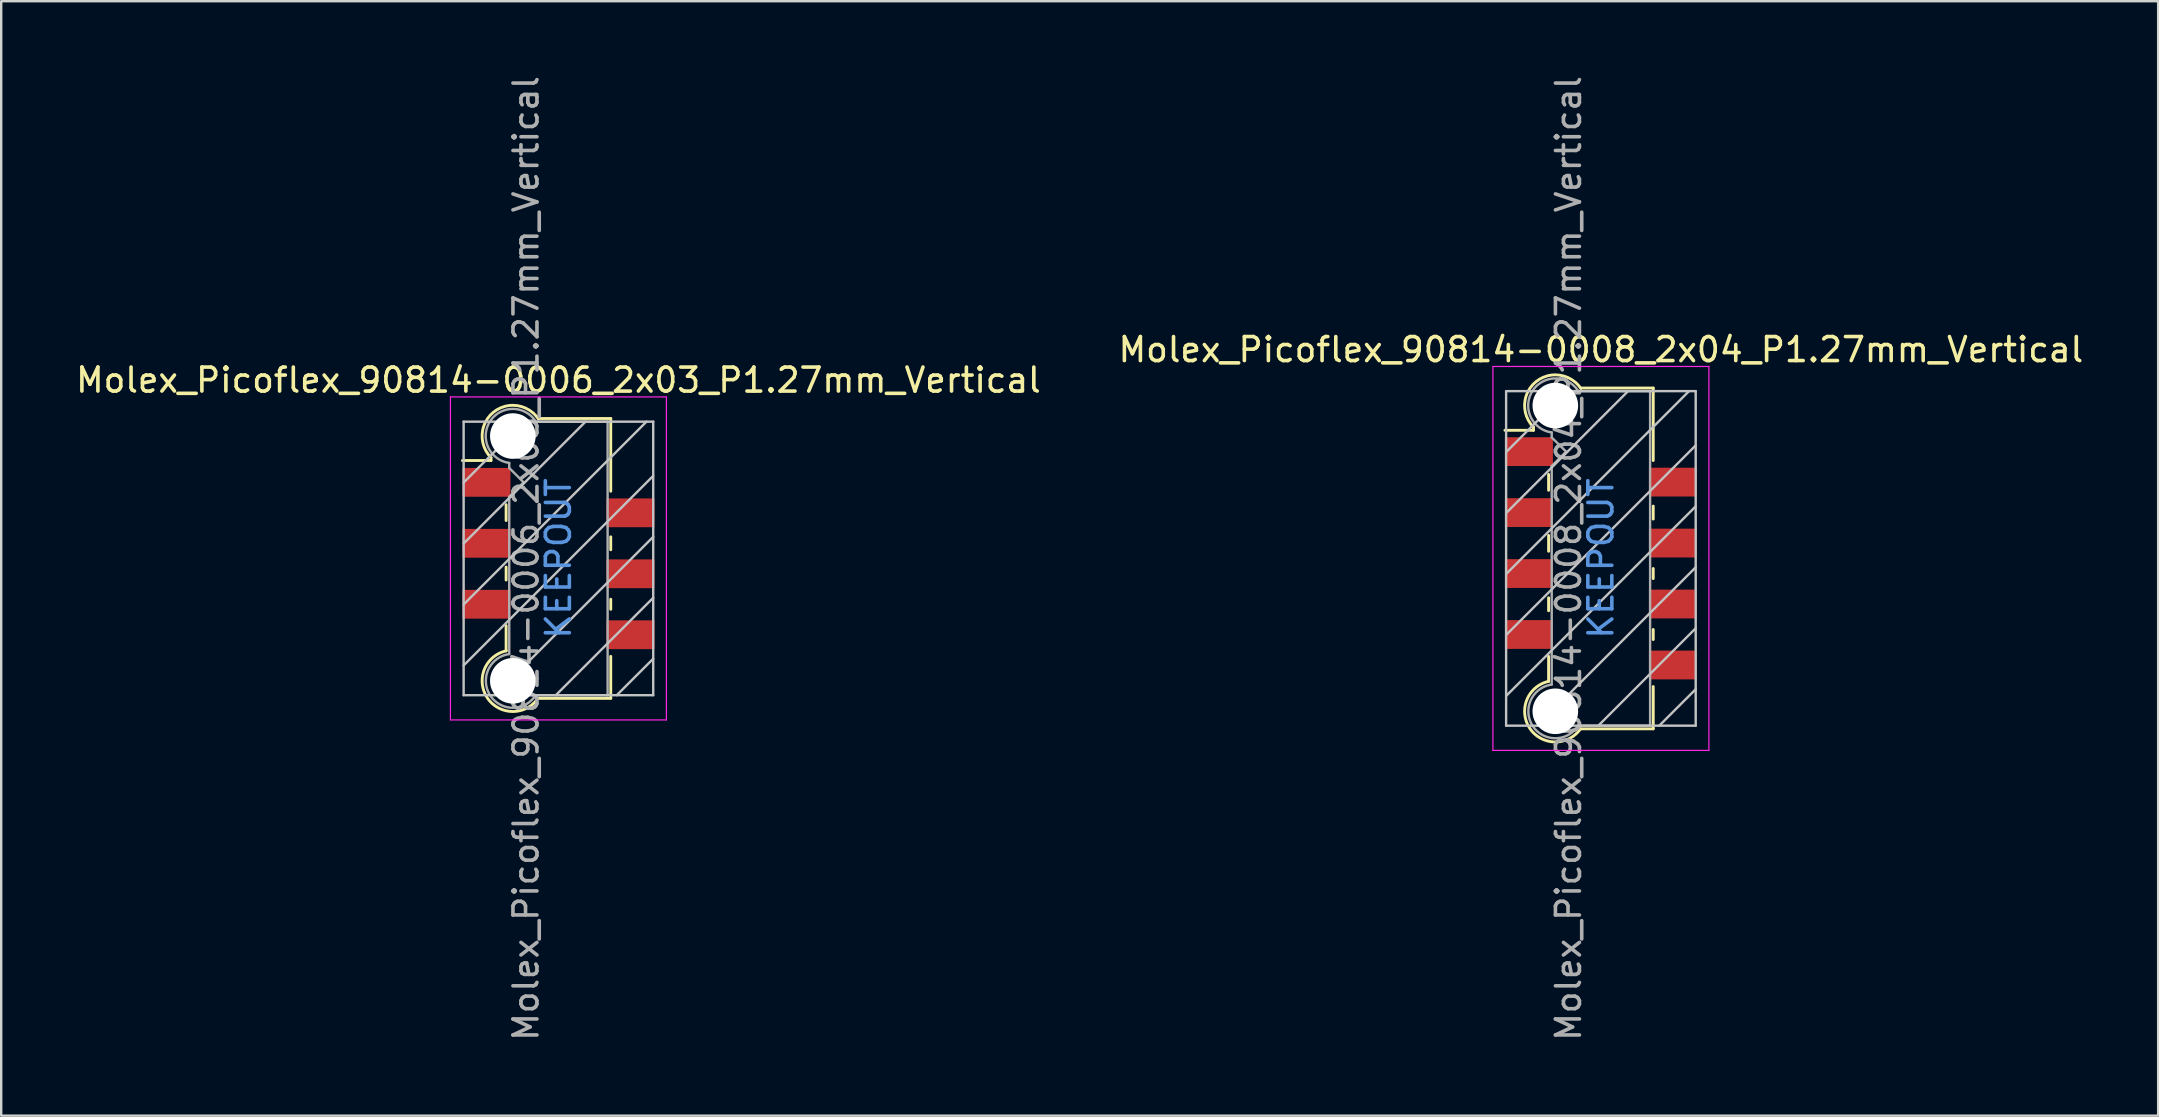
<source format=kicad_pcb>
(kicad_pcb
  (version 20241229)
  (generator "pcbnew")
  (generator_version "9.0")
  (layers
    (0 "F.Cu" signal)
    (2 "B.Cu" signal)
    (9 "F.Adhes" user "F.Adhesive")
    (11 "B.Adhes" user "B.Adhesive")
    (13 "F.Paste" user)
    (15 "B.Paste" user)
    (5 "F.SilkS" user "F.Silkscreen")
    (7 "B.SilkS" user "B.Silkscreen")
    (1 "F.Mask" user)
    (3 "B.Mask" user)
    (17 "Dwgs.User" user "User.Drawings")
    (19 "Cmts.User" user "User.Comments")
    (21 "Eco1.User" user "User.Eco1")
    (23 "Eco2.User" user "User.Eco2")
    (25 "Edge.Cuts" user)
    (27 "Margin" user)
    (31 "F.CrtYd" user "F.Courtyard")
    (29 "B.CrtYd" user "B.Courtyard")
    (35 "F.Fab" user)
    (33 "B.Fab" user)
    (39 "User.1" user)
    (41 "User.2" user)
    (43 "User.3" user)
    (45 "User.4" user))
  (footprint "Molex_Picoflex_90814-0006_2x03_P1.27mm_Vertical"
    (layer "F.Cu")
    (at 20.22 20.22)
    (property "Reference" "Molex_Picoflex_90814-0006_2x03_P1.27mm_Vertical" (at 0 -7.43 0) (layer "F.SilkS") (effects (font (size 1 1) (thickness 0.15))))
    (attr smd)
    (fp_line (start -2.81 -4.2) (end -2.81 -4.08) (stroke (width 0.12) (type solid)) (layer "F.SilkS"))
    (fp_line (start -2.81 -4.08) (end -4 -4.08) (stroke (width 0.12) (type solid)) (layer "F.SilkS"))
    (fp_line (start -2.18 -1.58) (end -2.18 -2.24) (stroke (width 0.12) (type solid)) (layer "F.SilkS"))
    (fp_line (start -2.18 0.9) (end -2.18 0.36) (stroke (width 0.12) (type solid)) (layer "F.SilkS"))
    (fp_line (start -2.18 3.85) (end -2.18 2.8) (stroke (width 0.12) (type solid)) (layer "F.SilkS"))
    (fp_line (start 2.18 -5.83) (end -0.82 -5.83) (stroke (width 0.12) (type solid)) (layer "F.SilkS"))
    (fp_line (start 2.18 -5.83) (end 2.18 -2.8) (stroke (width 0.12) (type solid)) (layer "F.SilkS"))
    (fp_line (start 2.18 -0.9) (end 2.18 -0.36) (stroke (width 0.12) (type solid)) (layer "F.SilkS"))
    (fp_line (start 2.18 1.7) (end 2.18 2.12) (stroke (width 0.12) (type solid)) (layer "F.SilkS"))
    (fp_line (start 2.18 4.08) (end 2.18 5.83) (stroke (width 0.12) (type solid)) (layer "F.SilkS"))
    (fp_line (start 2.18 5.83) (end -0.85 5.83) (stroke (width 0.12) (type solid)) (layer "F.SilkS"))
    (fp_arc (start -2.81 -4.2) (mid -2.708637 -6.092072) (end -0.834991 -5.809828) (stroke (width 0.12) (type solid)) (layer "F.SilkS"))
    (fp_arc (start -0.85 5.83) (mid -2.962791 5.811249) (end -2.174424 3.850964) (stroke (width 0.12) (type solid)) (layer "F.SilkS"))
    (fp_line (start -3.95 -5.7) (end -3.95 5.7) (stroke (width 0.1) (type solid)) (layer "Dwgs.User"))
    (fp_line (start -3.95 -3.16) (end -1.41 -5.7) (stroke (width 0.1) (type solid)) (layer "Dwgs.User"))
    (fp_line (start -3.95 -0.62) (end 1.13 -5.7) (stroke (width 0.1) (type solid)) (layer "Dwgs.User"))
    (fp_line (start -3.95 1.92) (end 3.67 -5.7) (stroke (width 0.1) (type solid)) (layer "Dwgs.User"))
    (fp_line (start -3.95 4.46) (end 3.95 -3.44) (stroke (width 0.1) (type solid)) (layer "Dwgs.User"))
    (fp_line (start -3.95 5.7) (end 3.95 5.7) (stroke (width 0.1) (type solid)) (layer "Dwgs.User"))
    (fp_line (start -2.65 5.7) (end 3.95 -0.9) (stroke (width 0.1) (type solid)) (layer "Dwgs.User"))
    (fp_line (start -0.11 5.7) (end 3.95 1.64) (stroke (width 0.1) (type solid)) (layer "Dwgs.User"))
    (fp_line (start 2.43 5.7) (end 3.95 4.18) (stroke (width 0.1) (type solid)) (layer "Dwgs.User"))
    (fp_line (start 3.95 -5.7) (end -3.95 -5.7) (stroke (width 0.1) (type solid)) (layer "Dwgs.User"))
    (fp_line (start 3.95 5.7) (end 3.95 -5.7) (stroke (width 0.1) (type solid)) (layer "Dwgs.User"))
    (fp_line (start -4.5 -6.73) (end -4.5 6.73) (stroke (width 0.05) (type solid)) (layer "F.CrtYd"))
    (fp_line (start -4.5 6.73) (end 4.5 6.73) (stroke (width 0.05) (type solid)) (layer "F.CrtYd"))
    (fp_line (start 4.5 -6.73) (end -4.5 -6.73) (stroke (width 0.05) (type solid)) (layer "F.CrtYd"))
    (fp_line (start 4.5 6.73) (end 4.5 -6.73) (stroke (width 0.05) (type solid)) (layer "F.CrtYd"))
    (fp_line (start -2.05 -3.77) (end -2.05 -3.98) (stroke (width 0.1) (type solid)) (layer "F.Fab"))
    (fp_line (start -2.05 -2.57) (end -1.45 -3.17) (stroke (width 0.1) (type solid)) (layer "F.Fab"))
    (fp_line (start -2.05 3.98) (end -2.05 -2.57) (stroke (width 0.1) (type solid)) (layer "F.Fab"))
    (fp_line (start -1.45 -3.17) (end -2.05 -3.77) (stroke (width 0.1) (type solid)) (layer "F.Fab"))
    (fp_line (start 2.05 -5.7) (end -0.93 -5.7) (stroke (width 0.1) (type solid)) (layer "F.Fab"))
    (fp_line (start 2.05 -5.7) (end 2.05 5.7) (stroke (width 0.1) (type solid)) (layer "F.Fab"))
    (fp_line (start 2.05 5.7) (end -0.95 5.7) (stroke (width 0.1) (type solid)) (layer "F.Fab"))
    (fp_arc (start -2.05 -3.98) (mid -2.851672 -5.709279) (end -0.945612 -5.705015) (stroke (width 0.1) (type solid)) (layer "F.Fab"))
    (fp_arc (start -0.95 5.7) (mid -2.845272 5.707421) (end -2.051022 3.986585) (stroke (width 0.1) (type solid)) (layer "F.Fab"))
    (fp_text user "KEEPOUT" (at 0 0 90) (layer "Cmts.User") (effects (font (size 1 1) (thickness 0.15))))
    (fp_text user "${REFERENCE}" (at -1.35 0 90) (layer "F.Fab") (effects (font (size 1 1) (thickness 0.15))))
    (pad "" np_thru_hole circle (at -1.9 -5.1) (size 1.9 1.9) (drill 1.9) (layers "*.Cu" "*.Mask"))
    (pad "" np_thru_hole circle (at -1.9 5.1) (size 1.9 1.9) (drill 1.9) (layers "*.Cu" "*.Mask"))
    (pad "1" smd rect (at -3 -3.17) (size 2 1.2) (layers "F.Cu" "F.Mask" "F.Paste"))
    (pad "2" smd rect (at 3 -1.9) (size 2 1.2) (layers "F.Cu" "F.Mask" "F.Paste"))
    (pad "3" smd rect (at -3 -0.63) (size 2 1.2) (layers "F.Cu" "F.Mask" "F.Paste"))
    (pad "4" smd rect (at 3 0.64) (size 2 1.2) (layers "F.Cu" "F.Mask" "F.Paste"))
    (pad "5" smd rect (at -3 1.91) (size 2 1.2) (layers "F.Cu" "F.Mask" "F.Paste"))
    (pad "6" smd rect (at 3 3.18) (size 2 1.2) (layers "F.Cu" "F.Mask" "F.Paste")))
  (footprint "Molex_Picoflex_90814-0008_2x04_P1.27mm_Vertical"
    (layer "F.Cu")
    (at 63.661 20.22)
    (property "Reference" "Molex_Picoflex_90814-0008_2x04_P1.27mm_Vertical" (at 0 -8.7 0) (layer "F.SilkS") (effects (font (size 1 1) (thickness 0.15))))
    (attr smd)
    (fp_line (start -2.81 -5.47) (end -2.81 -5.34) (stroke (width 0.12) (type solid)) (layer "F.SilkS"))
    (fp_line (start -2.81 -5.34) (end -4 -5.34) (stroke (width 0.12) (type solid)) (layer "F.SilkS"))
    (fp_line (start -2.18 -2.84) (end -2.18 -3.5) (stroke (width 0.12) (type solid)) (layer "F.SilkS"))
    (fp_line (start -2.18 -0.3) (end -2.18 -0.96) (stroke (width 0.12) (type solid)) (layer "F.SilkS"))
    (fp_line (start -2.18 2.18) (end -2.18 1.64) (stroke (width 0.12) (type solid)) (layer "F.SilkS"))
    (fp_line (start -2.18 5.12) (end -2.18 4.08) (stroke (width 0.12) (type solid)) (layer "F.SilkS"))
    (fp_line (start 2.18 -7.1) (end -0.82 -7.1) (stroke (width 0.12) (type solid)) (layer "F.SilkS"))
    (fp_line (start 2.18 -7.1) (end 2.18 -4.08) (stroke (width 0.12) (type solid)) (layer "F.SilkS"))
    (fp_line (start 2.18 -2.18) (end 2.18 -1.64) (stroke (width 0.12) (type solid)) (layer "F.SilkS"))
    (fp_line (start 2.18 0.42) (end 2.18 0.84) (stroke (width 0.12) (type solid)) (layer "F.SilkS"))
    (fp_line (start 2.18 2.96) (end 2.18 3.38) (stroke (width 0.12) (type solid)) (layer "F.SilkS"))
    (fp_line (start 2.18 5.34) (end 2.18 7.1) (stroke (width 0.12) (type solid)) (layer "F.SilkS"))
    (fp_line (start 2.18 7.1) (end -0.85 7.1) (stroke (width 0.12) (type solid)) (layer "F.SilkS"))
    (fp_arc (start -2.81 -5.47) (mid -2.708637 -7.362072) (end -0.834991 -7.079828) (stroke (width 0.12) (type solid)) (layer "F.SilkS"))
    (fp_arc (start -0.85 7.1) (mid -2.962791 7.081249) (end -2.174424 5.120964) (stroke (width 0.12) (type solid)) (layer "F.SilkS"))
    (fp_line (start -3.95 -6.97) (end -3.95 6.97) (stroke (width 0.1) (type solid)) (layer "Dwgs.User"))
    (fp_line (start -3.95 -4.43) (end -1.41 -6.97) (stroke (width 0.1) (type solid)) (layer "Dwgs.User"))
    (fp_line (start -3.95 -1.89) (end 1.13 -6.97) (stroke (width 0.1) (type solid)) (layer "Dwgs.User"))
    (fp_line (start -3.95 0.65) (end 3.67 -6.97) (stroke (width 0.1) (type solid)) (layer "Dwgs.User"))
    (fp_line (start -3.95 3.19) (end 3.95 -4.71) (stroke (width 0.1) (type solid)) (layer "Dwgs.User"))
    (fp_line (start -3.95 5.73) (end 3.95 -2.17) (stroke (width 0.1) (type solid)) (layer "Dwgs.User"))
    (fp_line (start -3.95 6.97) (end 3.95 6.97) (stroke (width 0.1) (type solid)) (layer "Dwgs.User"))
    (fp_line (start -2.65 6.97) (end 3.95 0.37) (stroke (width 0.1) (type solid)) (layer "Dwgs.User"))
    (fp_line (start -0.11 6.97) (end 3.95 2.91) (stroke (width 0.1) (type solid)) (layer "Dwgs.User"))
    (fp_line (start 2.43 6.97) (end 3.95 5.45) (stroke (width 0.1) (type solid)) (layer "Dwgs.User"))
    (fp_line (start 3.95 -6.97) (end -3.95 -6.97) (stroke (width 0.1) (type solid)) (layer "Dwgs.User"))
    (fp_line (start 3.95 6.97) (end 3.95 -6.97) (stroke (width 0.1) (type solid)) (layer "Dwgs.User"))
    (fp_line (start -4.5 -8) (end -4.5 8) (stroke (width 0.05) (type solid)) (layer "F.CrtYd"))
    (fp_line (start -4.5 8) (end 4.5 8) (stroke (width 0.05) (type solid)) (layer "F.CrtYd"))
    (fp_line (start 4.5 -8) (end -4.5 -8) (stroke (width 0.05) (type solid)) (layer "F.CrtYd"))
    (fp_line (start 4.5 8) (end 4.5 -8) (stroke (width 0.05) (type solid)) (layer "F.CrtYd"))
    (fp_line (start -2.05 -5.04) (end -2.05 -5.25) (stroke (width 0.1) (type solid)) (layer "F.Fab"))
    (fp_line (start -2.05 -3.85) (end -1.45 -4.45) (stroke (width 0.1) (type solid)) (layer "F.Fab"))
    (fp_line (start -2.05 5.25) (end -2.05 -3.85) (stroke (width 0.1) (type solid)) (layer "F.Fab"))
    (fp_line (start -1.45 -4.45) (end -2.05 -5.04) (stroke (width 0.1) (type solid)) (layer "F.Fab"))
    (fp_line (start 2.05 -6.97) (end -0.93 -6.97) (stroke (width 0.1) (type solid)) (layer "F.Fab"))
    (fp_line (start 2.05 -6.97) (end 2.05 6.97) (stroke (width 0.1) (type solid)) (layer "F.Fab"))
    (fp_line (start 2.05 6.97) (end -0.95 6.97) (stroke (width 0.1) (type solid)) (layer "F.Fab"))
    (fp_arc (start -2.05 -5.25) (mid -2.851672 -6.979279) (end -0.945612 -6.975015) (stroke (width 0.1) (type solid)) (layer "F.Fab"))
    (fp_arc (start -0.95 6.97) (mid -2.845272 6.977421) (end -2.051022 5.256585) (stroke (width 0.1) (type solid)) (layer "F.Fab"))
    (fp_text user "KEEPOUT" (at 0 0 90) (layer "Cmts.User") (effects (font (size 1 1) (thickness 0.15))))
    (fp_text user "${REFERENCE}" (at -1.35 0 90) (layer "F.Fab") (effects (font (size 1 1) (thickness 0.15))))
    (pad "" np_thru_hole circle (at -1.9 -6.37) (size 1.9 1.9) (drill 1.9) (layers "*.Cu" "*.Mask"))
    (pad "" np_thru_hole circle (at -1.9 6.37) (size 1.9 1.9) (drill 1.9) (layers "*.Cu" "*.Mask"))
    (pad "1" smd rect (at -3 -4.45) (size 2 1.2) (layers "F.Cu" "F.Mask" "F.Paste"))
    (pad "2" smd rect (at 3 -3.18) (size 2 1.2) (layers "F.Cu" "F.Mask" "F.Paste"))
    (pad "3" smd rect (at -3 -1.91) (size 2 1.2) (layers "F.Cu" "F.Mask" "F.Paste"))
    (pad "4" smd rect (at 3 -0.64) (size 2 1.2) (layers "F.Cu" "F.Mask" "F.Paste"))
    (pad "5" smd rect (at -3 0.63) (size 2 1.2) (layers "F.Cu" "F.Mask" "F.Paste"))
    (pad "6" smd rect (at 3 1.9) (size 2 1.2) (layers "F.Cu" "F.Mask" "F.Paste"))
    (pad "7" smd rect (at -3 3.17) (size 2 1.2) (layers "F.Cu" "F.Mask" "F.Paste"))
    (pad "8" smd rect (at 3 4.44) (size 2 1.2) (layers "F.Cu" "F.Mask" "F.Paste")))
  (gr_rect
    (start -3 -3)
    (end 86.881 43.44)
    (stroke (width 0.1) (type default))
    (fill no)
    (layer "Edge.Cuts")))
</source>
